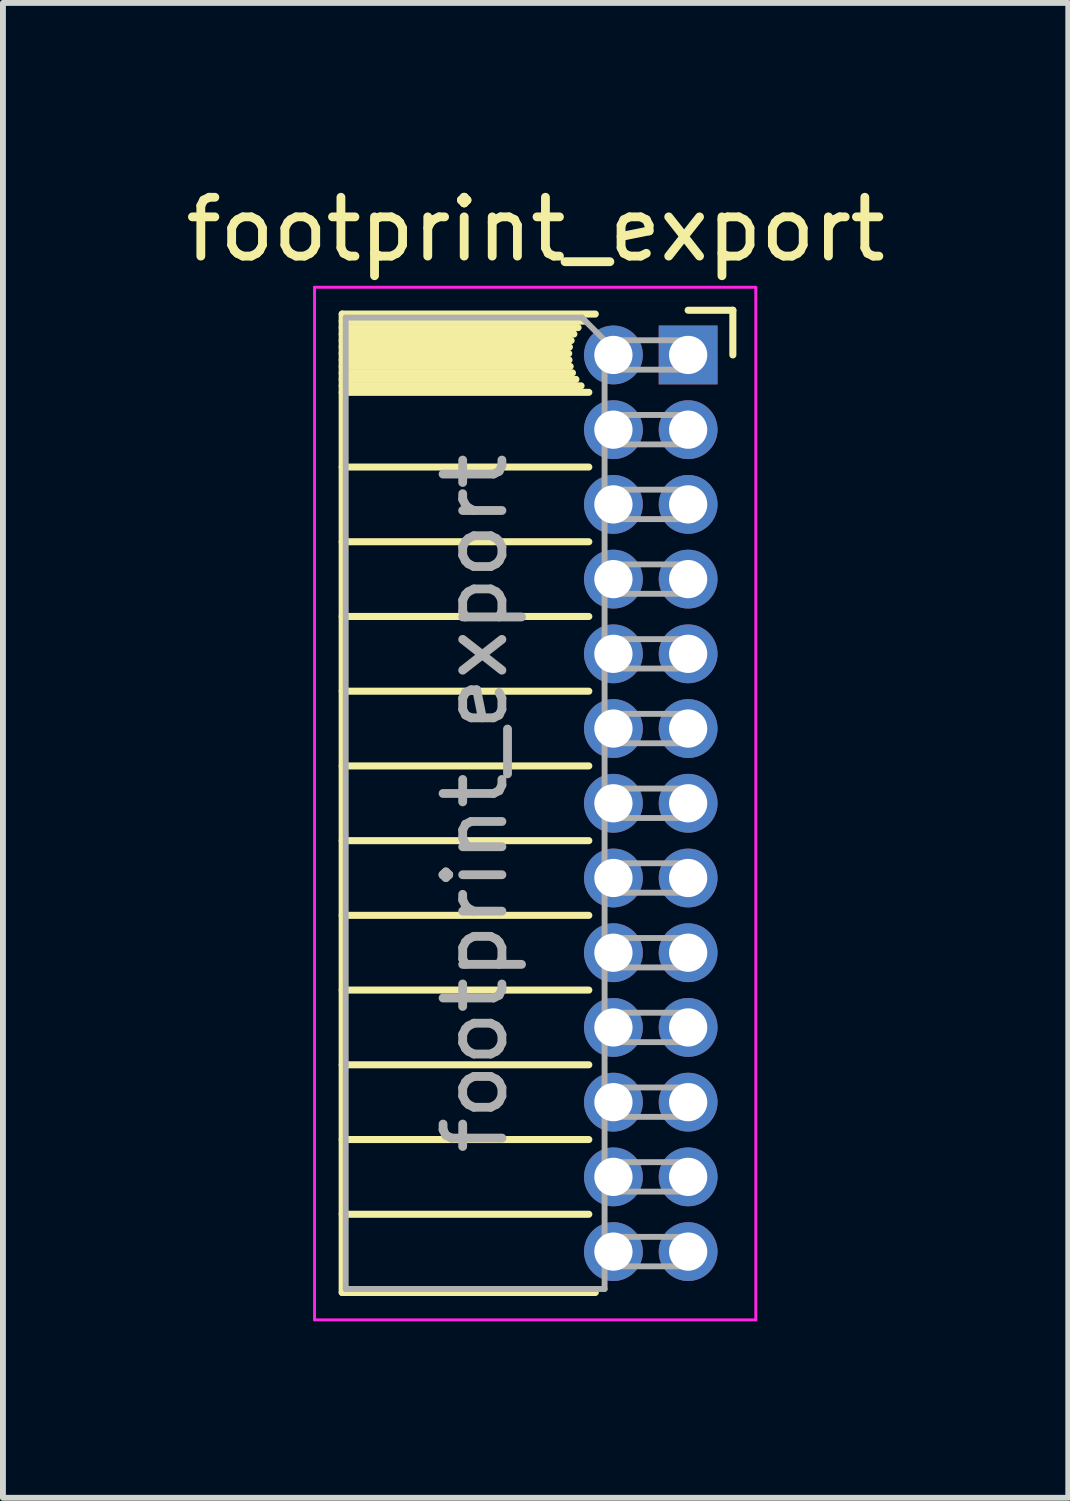
<source format=kicad_pcb>
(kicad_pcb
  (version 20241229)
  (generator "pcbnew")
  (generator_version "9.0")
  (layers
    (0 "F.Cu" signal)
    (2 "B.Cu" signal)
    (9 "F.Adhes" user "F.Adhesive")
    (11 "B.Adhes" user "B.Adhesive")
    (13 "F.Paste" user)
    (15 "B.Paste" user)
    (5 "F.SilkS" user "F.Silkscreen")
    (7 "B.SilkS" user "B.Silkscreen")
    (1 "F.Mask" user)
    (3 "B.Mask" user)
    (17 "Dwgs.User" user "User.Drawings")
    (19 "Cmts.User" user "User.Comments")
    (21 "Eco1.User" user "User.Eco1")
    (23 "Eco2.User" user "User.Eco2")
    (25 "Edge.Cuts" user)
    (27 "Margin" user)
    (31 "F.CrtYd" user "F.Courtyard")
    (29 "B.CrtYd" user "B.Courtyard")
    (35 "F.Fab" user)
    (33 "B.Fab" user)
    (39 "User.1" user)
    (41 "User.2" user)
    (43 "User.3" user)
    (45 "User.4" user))
  (footprint "footprint_export"
    (layer "F.Cu")
    (at 8.646 2.983)
    (property "Reference" "footprint_export" (at -2.592 -2.135 0) (layer "F.SilkS") (effects (font (size 1 1) (thickness 0.15))))
    (attr through_hole)
    (fp_line (start -5.88 -0.695) (end -5.88 15.935) (stroke (width 0.12) (type solid)) (layer "F.SilkS"))
    (fp_line (start -5.88 -0.695) (end -1.578 -0.695) (stroke (width 0.12) (type solid)) (layer "F.SilkS"))
    (fp_line (start -5.88 -0.575) (end -1.767 -0.575) (stroke (width 0.12) (type solid)) (layer "F.SilkS"))
    (fp_line (start -5.88 -0.465) (end -1.871 -0.465) (stroke (width 0.12) (type solid)) (layer "F.SilkS"))
    (fp_line (start -5.88 -0.355) (end -1.942 -0.355) (stroke (width 0.12) (type solid)) (layer "F.SilkS"))
    (fp_line (start -5.88 -0.245) (end -1.989 -0.245) (stroke (width 0.12) (type solid)) (layer "F.SilkS"))
    (fp_line (start -5.88 -0.135) (end -2.018 -0.135) (stroke (width 0.12) (type solid)) (layer "F.SilkS"))
    (fp_line (start -5.88 -0.025) (end -2.03 -0.025) (stroke (width 0.12) (type solid)) (layer "F.SilkS"))
    (fp_line (start -5.88 0.085) (end -2.025 0.085) (stroke (width 0.12) (type solid)) (layer "F.SilkS"))
    (fp_line (start -5.88 0.195) (end -2.005 0.195) (stroke (width 0.12) (type solid)) (layer "F.SilkS"))
    (fp_line (start -5.88 0.305) (end -1.966 0.305) (stroke (width 0.12) (type solid)) (layer "F.SilkS"))
    (fp_line (start -5.88 0.415) (end -1.907 0.415) (stroke (width 0.12) (type solid)) (layer "F.SilkS"))
    (fp_line (start -5.88 0.525) (end -1.82 0.525) (stroke (width 0.12) (type solid)) (layer "F.SilkS"))
    (fp_line (start -5.88 0.635) (end -1.688 0.635) (stroke (width 0.12) (type solid)) (layer "F.SilkS"))
    (fp_line (start -5.88 1.905) (end -1.688 1.905) (stroke (width 0.12) (type solid)) (layer "F.SilkS"))
    (fp_line (start -5.88 3.175) (end -1.688 3.175) (stroke (width 0.12) (type solid)) (layer "F.SilkS"))
    (fp_line (start -5.88 4.445) (end -1.688 4.445) (stroke (width 0.12) (type solid)) (layer "F.SilkS"))
    (fp_line (start -5.88 5.715) (end -1.688 5.715) (stroke (width 0.12) (type solid)) (layer "F.SilkS"))
    (fp_line (start -5.88 6.985) (end -1.688 6.985) (stroke (width 0.12) (type solid)) (layer "F.SilkS"))
    (fp_line (start -5.88 8.255) (end -1.688 8.255) (stroke (width 0.12) (type solid)) (layer "F.SilkS"))
    (fp_line (start -5.88 9.525) (end -1.688 9.525) (stroke (width 0.12) (type solid)) (layer "F.SilkS"))
    (fp_line (start -5.88 10.795) (end -1.688 10.795) (stroke (width 0.12) (type solid)) (layer "F.SilkS"))
    (fp_line (start -5.88 12.065) (end -1.688 12.065) (stroke (width 0.12) (type solid)) (layer "F.SilkS"))
    (fp_line (start -5.88 13.335) (end -1.688 13.335) (stroke (width 0.12) (type solid)) (layer "F.SilkS"))
    (fp_line (start -5.88 14.605) (end -1.688 14.605) (stroke (width 0.12) (type solid)) (layer "F.SilkS"))
    (fp_line (start -5.88 15.935) (end -1.578 15.935) (stroke (width 0.12) (type solid)) (layer "F.SilkS"))
    (fp_line (start 0 -0.76) (end 0.76 -0.76) (stroke (width 0.12) (type solid)) (layer "F.SilkS"))
    (fp_line (start 0.76 -0.76) (end 0.76 0) (stroke (width 0.12) (type solid)) (layer "F.SilkS"))
    (fp_line (start -6.35 -1.15) (end -6.35 16.4) (stroke (width 0.05) (type solid)) (layer "F.CrtYd"))
    (fp_line (start -6.35 16.4) (end 1.15 16.4) (stroke (width 0.05) (type solid)) (layer "F.CrtYd"))
    (fp_line (start 1.15 -1.15) (end -6.35 -1.15) (stroke (width 0.05) (type solid)) (layer "F.CrtYd"))
    (fp_line (start 1.15 16.4) (end 1.15 -1.15) (stroke (width 0.05) (type solid)) (layer "F.CrtYd"))
    (fp_line (start -5.82 -0.635) (end -1.805 -0.635) (stroke (width 0.1) (type solid)) (layer "F.Fab"))
    (fp_line (start -5.82 15.875) (end -5.82 -0.635) (stroke (width 0.1) (type solid)) (layer "F.Fab"))
    (fp_line (start -1.805 -0.635) (end -1.42 -0.25) (stroke (width 0.1) (type solid)) (layer "F.Fab"))
    (fp_line (start -1.42 -0.25) (end -1.42 15.875) (stroke (width 0.1) (type solid)) (layer "F.Fab"))
    (fp_line (start -1.42 0.25) (end 0 0.25) (stroke (width 0.1) (type solid)) (layer "F.Fab"))
    (fp_line (start -1.42 1.52) (end 0 1.52) (stroke (width 0.1) (type solid)) (layer "F.Fab"))
    (fp_line (start -1.42 2.79) (end 0 2.79) (stroke (width 0.1) (type solid)) (layer "F.Fab"))
    (fp_line (start -1.42 4.06) (end 0 4.06) (stroke (width 0.1) (type solid)) (layer "F.Fab"))
    (fp_line (start -1.42 5.33) (end 0 5.33) (stroke (width 0.1) (type solid)) (layer "F.Fab"))
    (fp_line (start -1.42 6.6) (end 0 6.6) (stroke (width 0.1) (type solid)) (layer "F.Fab"))
    (fp_line (start -1.42 7.87) (end 0 7.87) (stroke (width 0.1) (type solid)) (layer "F.Fab"))
    (fp_line (start -1.42 9.14) (end 0 9.14) (stroke (width 0.1) (type solid)) (layer "F.Fab"))
    (fp_line (start -1.42 10.41) (end 0 10.41) (stroke (width 0.1) (type solid)) (layer "F.Fab"))
    (fp_line (start -1.42 11.68) (end 0 11.68) (stroke (width 0.1) (type solid)) (layer "F.Fab"))
    (fp_line (start -1.42 12.95) (end 0 12.95) (stroke (width 0.1) (type solid)) (layer "F.Fab"))
    (fp_line (start -1.42 14.22) (end 0 14.22) (stroke (width 0.1) (type solid)) (layer "F.Fab"))
    (fp_line (start -1.42 15.49) (end 0 15.49) (stroke (width 0.1) (type solid)) (layer "F.Fab"))
    (fp_line (start -1.42 15.875) (end -5.82 15.875) (stroke (width 0.1) (type solid)) (layer "F.Fab"))
    (fp_line (start 0 -0.25) (end -1.42 -0.25) (stroke (width 0.1) (type solid)) (layer "F.Fab"))
    (fp_line (start 0 0.25) (end 0 -0.25) (stroke (width 0.1) (type solid)) (layer "F.Fab"))
    (fp_line (start 0 1.02) (end -1.42 1.02) (stroke (width 0.1) (type solid)) (layer "F.Fab"))
    (fp_line (start 0 1.52) (end 0 1.02) (stroke (width 0.1) (type solid)) (layer "F.Fab"))
    (fp_line (start 0 2.29) (end -1.42 2.29) (stroke (width 0.1) (type solid)) (layer "F.Fab"))
    (fp_line (start 0 2.79) (end 0 2.29) (stroke (width 0.1) (type solid)) (layer "F.Fab"))
    (fp_line (start 0 3.56) (end -1.42 3.56) (stroke (width 0.1) (type solid)) (layer "F.Fab"))
    (fp_line (start 0 4.06) (end 0 3.56) (stroke (width 0.1) (type solid)) (layer "F.Fab"))
    (fp_line (start 0 4.83) (end -1.42 4.83) (stroke (width 0.1) (type solid)) (layer "F.Fab"))
    (fp_line (start 0 5.33) (end 0 4.83) (stroke (width 0.1) (type solid)) (layer "F.Fab"))
    (fp_line (start 0 6.1) (end -1.42 6.1) (stroke (width 0.1) (type solid)) (layer "F.Fab"))
    (fp_line (start 0 6.6) (end 0 6.1) (stroke (width 0.1) (type solid)) (layer "F.Fab"))
    (fp_line (start 0 7.37) (end -1.42 7.37) (stroke (width 0.1) (type solid)) (layer "F.Fab"))
    (fp_line (start 0 7.87) (end 0 7.37) (stroke (width 0.1) (type solid)) (layer "F.Fab"))
    (fp_line (start 0 8.64) (end -1.42 8.64) (stroke (width 0.1) (type solid)) (layer "F.Fab"))
    (fp_line (start 0 9.14) (end 0 8.64) (stroke (width 0.1) (type solid)) (layer "F.Fab"))
    (fp_line (start 0 9.91) (end -1.42 9.91) (stroke (width 0.1) (type solid)) (layer "F.Fab"))
    (fp_line (start 0 10.41) (end 0 9.91) (stroke (width 0.1) (type solid)) (layer "F.Fab"))
    (fp_line (start 0 11.18) (end -1.42 11.18) (stroke (width 0.1) (type solid)) (layer "F.Fab"))
    (fp_line (start 0 11.68) (end 0 11.18) (stroke (width 0.1) (type solid)) (layer "F.Fab"))
    (fp_line (start 0 12.45) (end -1.42 12.45) (stroke (width 0.1) (type solid)) (layer "F.Fab"))
    (fp_line (start 0 12.95) (end 0 12.45) (stroke (width 0.1) (type solid)) (layer "F.Fab"))
    (fp_line (start 0 13.72) (end -1.42 13.72) (stroke (width 0.1) (type solid)) (layer "F.Fab"))
    (fp_line (start 0 14.22) (end 0 13.72) (stroke (width 0.1) (type solid)) (layer "F.Fab"))
    (fp_line (start 0 14.99) (end -1.42 14.99) (stroke (width 0.1) (type solid)) (layer "F.Fab"))
    (fp_line (start 0 15.49) (end 0 14.99) (stroke (width 0.1) (type solid)) (layer "F.Fab"))
    (fp_text user "${REFERENCE}" (at -3.62 7.62 90) (layer "F.Fab") (effects (font (size 1 1) (thickness 0.15))))
    (pad "1" thru_hole rect (at 0 0) (size 1 1) (drill 0.65) (layers "*.Cu" "*.Mask"))
    (pad "2" thru_hole oval (at -1.27 0) (size 1 1) (drill 0.65) (layers "*.Cu" "*.Mask"))
    (pad "3" thru_hole oval (at 0 1.27) (size 1 1) (drill 0.65) (layers "*.Cu" "*.Mask"))
    (pad "4" thru_hole oval (at -1.27 1.27) (size 1 1) (drill 0.65) (layers "*.Cu" "*.Mask"))
    (pad "5" thru_hole oval (at 0 2.54) (size 1 1) (drill 0.65) (layers "*.Cu" "*.Mask"))
    (pad "6" thru_hole oval (at -1.27 2.54) (size 1 1) (drill 0.65) (layers "*.Cu" "*.Mask"))
    (pad "7" thru_hole oval (at 0 3.81) (size 1 1) (drill 0.65) (layers "*.Cu" "*.Mask"))
    (pad "8" thru_hole oval (at -1.27 3.81) (size 1 1) (drill 0.65) (layers "*.Cu" "*.Mask"))
    (pad "9" thru_hole oval (at 0 5.08) (size 1 1) (drill 0.65) (layers "*.Cu" "*.Mask"))
    (pad "10" thru_hole oval (at -1.27 5.08) (size 1 1) (drill 0.65) (layers "*.Cu" "*.Mask"))
    (pad "11" thru_hole oval (at 0 6.35) (size 1 1) (drill 0.65) (layers "*.Cu" "*.Mask"))
    (pad "12" thru_hole oval (at -1.27 6.35) (size 1 1) (drill 0.65) (layers "*.Cu" "*.Mask"))
    (pad "13" thru_hole oval (at 0 7.62) (size 1 1) (drill 0.65) (layers "*.Cu" "*.Mask"))
    (pad "14" thru_hole oval (at -1.27 7.62) (size 1 1) (drill 0.65) (layers "*.Cu" "*.Mask"))
    (pad "15" thru_hole oval (at 0 8.89) (size 1 1) (drill 0.65) (layers "*.Cu" "*.Mask"))
    (pad "16" thru_hole oval (at -1.27 8.89) (size 1 1) (drill 0.65) (layers "*.Cu" "*.Mask"))
    (pad "17" thru_hole oval (at 0 10.16) (size 1 1) (drill 0.65) (layers "*.Cu" "*.Mask"))
    (pad "18" thru_hole oval (at -1.27 10.16) (size 1 1) (drill 0.65) (layers "*.Cu" "*.Mask"))
    (pad "19" thru_hole oval (at 0 11.43) (size 1 1) (drill 0.65) (layers "*.Cu" "*.Mask"))
    (pad "20" thru_hole oval (at -1.27 11.43) (size 1 1) (drill 0.65) (layers "*.Cu" "*.Mask"))
    (pad "21" thru_hole oval (at 0 12.7) (size 1 1) (drill 0.65) (layers "*.Cu" "*.Mask"))
    (pad "22" thru_hole oval (at -1.27 12.7) (size 1 1) (drill 0.65) (layers "*.Cu" "*.Mask"))
    (pad "23" thru_hole oval (at 0 13.97) (size 1 1) (drill 0.65) (layers "*.Cu" "*.Mask"))
    (pad "24" thru_hole oval (at -1.27 13.97) (size 1 1) (drill 0.65) (layers "*.Cu" "*.Mask"))
    (pad "25" thru_hole oval (at 0 15.24) (size 1 1) (drill 0.65) (layers "*.Cu" "*.Mask"))
    (pad "26" thru_hole oval (at -1.27 15.24) (size 1 1) (drill 0.65) (layers "*.Cu" "*.Mask")))
  (gr_rect
    (start -3 -3)
    (end 15.107 22.408)
    (stroke (width 0.1) (type default))
    (fill no)
    (layer "Edge.Cuts")))
</source>
